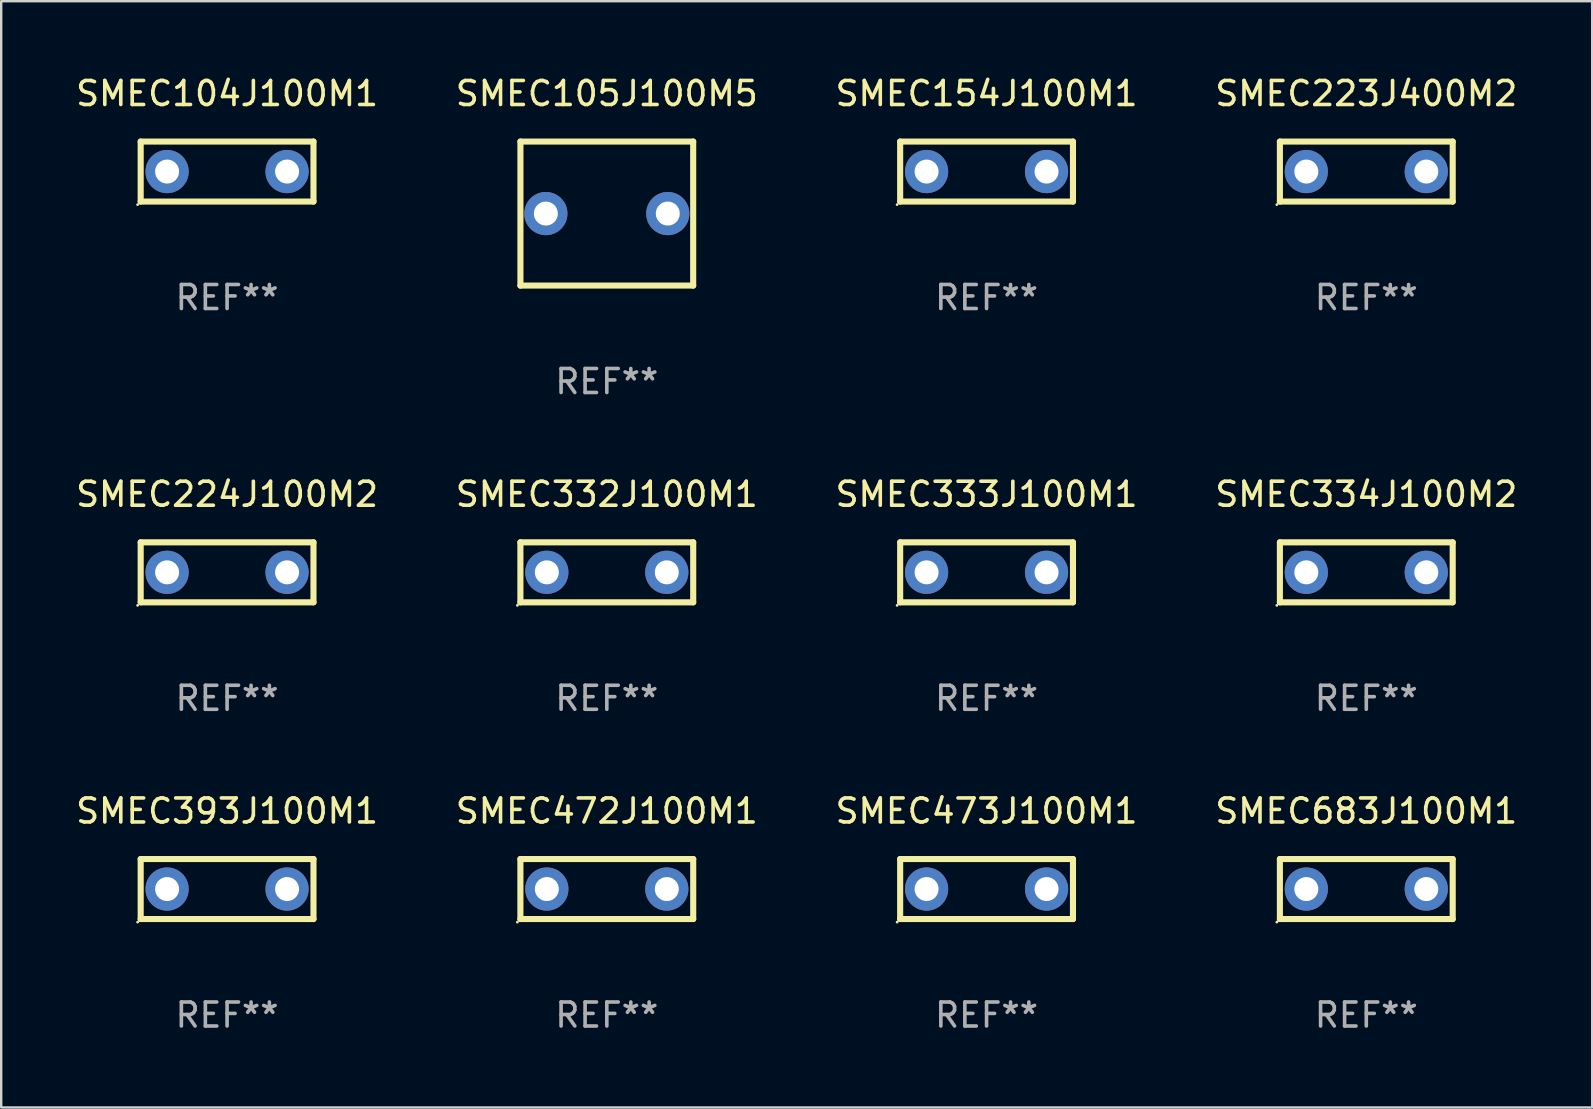
<source format=kicad_pcb>
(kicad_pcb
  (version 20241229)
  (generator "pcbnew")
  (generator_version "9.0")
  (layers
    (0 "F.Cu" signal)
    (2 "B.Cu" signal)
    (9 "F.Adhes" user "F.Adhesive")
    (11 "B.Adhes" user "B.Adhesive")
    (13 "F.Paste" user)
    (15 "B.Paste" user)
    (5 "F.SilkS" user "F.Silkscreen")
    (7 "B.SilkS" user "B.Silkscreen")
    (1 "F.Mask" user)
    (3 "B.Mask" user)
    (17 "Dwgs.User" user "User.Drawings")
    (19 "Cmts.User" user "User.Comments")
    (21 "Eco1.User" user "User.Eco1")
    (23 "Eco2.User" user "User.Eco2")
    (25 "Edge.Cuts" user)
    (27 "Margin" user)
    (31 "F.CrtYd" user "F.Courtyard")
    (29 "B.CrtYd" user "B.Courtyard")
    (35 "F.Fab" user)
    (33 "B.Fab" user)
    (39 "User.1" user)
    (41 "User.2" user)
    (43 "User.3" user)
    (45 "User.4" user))
  (footprint "SMEC472J100M1"
    (layer "F.Cu")
    (at 22.232 33.991)
    (property "Reference" "SMEC472J100M1" (at 0 -3.25 0) (layer "F.SilkS") (effects (font (size 1 1) (thickness 0.15))))
    (attr through_hole)
    (fp_line (start -3.6 -1.25) (end 3.6 -1.25) (stroke (width 0.254) (type solid)) (layer "F.SilkS"))
    (fp_line (start -3.6 1.25) (end -3.6 -1.25) (stroke (width 0.254) (type solid)) (layer "F.SilkS"))
    (fp_line (start -3.6 1.25) (end 3.6 1.25) (stroke (width 0.254) (type solid)) (layer "F.SilkS"))
    (fp_line (start 3.6 -1.25) (end 3.6 1.25) (stroke (width 0.254) (type solid)) (layer "F.SilkS"))
    (fp_circle (center -3.727 1.377) (end -3.697 1.377) (stroke (width 0.06) (type solid)) (fill no) (layer "F.SilkS"))
    (fp_text user "REF**" (at 0 5.25 0) (layer "F.Fab") (effects (font (size 1 1) (thickness 0.15))))
    (pad "1" thru_hole circle (at -2.499 -0.000013) (size 1.8 1.8) (drill 1) (layers "*.Cu" "*.Mask"))
    (pad "2" thru_hole circle (at 2.499 -0.000013) (size 1.8 1.8) (drill 1) (layers "*.Cu" "*.Mask")))
  (footprint "SMEC105J100M5"
    (layer "F.Cu")
    (at 22.232 5.848)
    (property "Reference" "SMEC105J100M5" (at 0 -5 0) (layer "F.SilkS") (effects (font (size 1 1) (thickness 0.15))))
    (attr through_hole)
    (fp_line (start -3.599 -3) (end -3.599 3) (stroke (width 0.254) (type solid)) (layer "F.SilkS"))
    (fp_line (start -3.599 -3) (end 3.599 -3) (stroke (width 0.254) (type solid)) (layer "F.SilkS"))
    (fp_line (start 3.599 3) (end -3.599 3) (stroke (width 0.254) (type solid)) (layer "F.SilkS"))
    (fp_line (start 3.599 3) (end 3.599 -3) (stroke (width 0.254) (type solid)) (layer "F.SilkS"))
    (fp_circle (center -3.6 3) (end -3.57 3) (stroke (width 0.06) (type solid)) (fill no) (layer "F.SilkS"))
    (fp_text user "REF**" (at 0 7 0) (layer "F.Fab") (effects (font (size 1 1) (thickness 0.15))))
    (pad "1" thru_hole circle (at -2.54 0) (size 1.8 1.8) (drill 1) (layers "*.Cu" "*.Mask"))
    (pad "2" thru_hole circle (at 2.54 0) (size 1.8 1.8) (drill 1) (layers "*.Cu" "*.Mask")))
  (footprint "SMEC393J100M1"
    (layer "F.Cu")
    (at 6.411 33.991)
    (property "Reference" "SMEC393J100M1" (at 0 -3.25 0) (layer "F.SilkS") (effects (font (size 1 1) (thickness 0.15))))
    (attr through_hole)
    (fp_line (start -3.6 -1.25) (end 3.6 -1.25) (stroke (width 0.254) (type solid)) (layer "F.SilkS"))
    (fp_line (start -3.6 1.25) (end -3.6 -1.25) (stroke (width 0.254) (type solid)) (layer "F.SilkS"))
    (fp_line (start -3.6 1.25) (end 3.6 1.25) (stroke (width 0.254) (type solid)) (layer "F.SilkS"))
    (fp_line (start 3.6 -1.25) (end 3.6 1.25) (stroke (width 0.254) (type solid)) (layer "F.SilkS"))
    (fp_circle (center -3.727 1.377) (end -3.697 1.377) (stroke (width 0.06) (type solid)) (fill no) (layer "F.SilkS"))
    (fp_text user "REF**" (at 0 5.25 0) (layer "F.Fab") (effects (font (size 1 1) (thickness 0.15))))
    (pad "1" thru_hole circle (at -2.499 -0.000013) (size 1.8 1.8) (drill 1) (layers "*.Cu" "*.Mask"))
    (pad "2" thru_hole circle (at 2.499 -0.000013) (size 1.8 1.8) (drill 1) (layers "*.Cu" "*.Mask")))
  (footprint "SMEC334J100M2"
    (layer "F.Cu")
    (at 53.875 20.795)
    (property "Reference" "SMEC334J100M2" (at 0 -3.25 0) (layer "F.SilkS") (effects (font (size 1 1) (thickness 0.15))))
    (attr through_hole)
    (fp_line (start -3.6 -1.25) (end 3.6 -1.25) (stroke (width 0.254) (type solid)) (layer "F.SilkS"))
    (fp_line (start -3.6 1.25) (end -3.6 -1.25) (stroke (width 0.254) (type solid)) (layer "F.SilkS"))
    (fp_line (start -3.6 1.25) (end 3.6 1.25) (stroke (width 0.254) (type solid)) (layer "F.SilkS"))
    (fp_line (start 3.6 -1.25) (end 3.6 1.25) (stroke (width 0.254) (type solid)) (layer "F.SilkS"))
    (fp_circle (center -3.727 1.377) (end -3.697 1.377) (stroke (width 0.06) (type solid)) (fill no) (layer "F.SilkS"))
    (fp_text user "REF**" (at 0 5.25 0) (layer "F.Fab") (effects (font (size 1 1) (thickness 0.15))))
    (pad "1" thru_hole circle (at -2.499 -0.000013) (size 1.8 1.8) (drill 1) (layers "*.Cu" "*.Mask"))
    (pad "2" thru_hole circle (at 2.499 -0.000013) (size 1.8 1.8) (drill 1) (layers "*.Cu" "*.Mask")))
  (footprint "SMEC104J100M1"
    (layer "F.Cu")
    (at 6.411 4.098)
    (property "Reference" "SMEC104J100M1" (at 0 -3.25 0) (layer "F.SilkS") (effects (font (size 1 1) (thickness 0.15))))
    (attr through_hole)
    (fp_line (start -3.6 -1.25) (end 3.6 -1.25) (stroke (width 0.254) (type solid)) (layer "F.SilkS"))
    (fp_line (start -3.6 1.25) (end -3.6 -1.25) (stroke (width 0.254) (type solid)) (layer "F.SilkS"))
    (fp_line (start -3.6 1.25) (end 3.6 1.25) (stroke (width 0.254) (type solid)) (layer "F.SilkS"))
    (fp_line (start 3.6 -1.25) (end 3.6 1.25) (stroke (width 0.254) (type solid)) (layer "F.SilkS"))
    (fp_circle (center -3.727 1.377) (end -3.697 1.377) (stroke (width 0.06) (type solid)) (fill no) (layer "F.SilkS"))
    (fp_text user "REF**" (at 0 5.25 0) (layer "F.Fab") (effects (font (size 1 1) (thickness 0.15))))
    (pad "1" thru_hole circle (at -2.499 -0.000013) (size 1.8 1.8) (drill 1) (layers "*.Cu" "*.Mask"))
    (pad "2" thru_hole circle (at 2.499 -0.000013) (size 1.8 1.8) (drill 1) (layers "*.Cu" "*.Mask")))
  (footprint "SMEC154J100M1"
    (layer "F.Cu")
    (at 38.054 4.098)
    (property "Reference" "SMEC154J100M1" (at 0 -3.25 0) (layer "F.SilkS") (effects (font (size 1 1) (thickness 0.15))))
    (attr through_hole)
    (fp_line (start -3.6 -1.25) (end 3.6 -1.25) (stroke (width 0.254) (type solid)) (layer "F.SilkS"))
    (fp_line (start -3.6 1.25) (end -3.6 -1.25) (stroke (width 0.254) (type solid)) (layer "F.SilkS"))
    (fp_line (start -3.6 1.25) (end 3.6 1.25) (stroke (width 0.254) (type solid)) (layer "F.SilkS"))
    (fp_line (start 3.6 -1.25) (end 3.6 1.25) (stroke (width 0.254) (type solid)) (layer "F.SilkS"))
    (fp_circle (center -3.727 1.377) (end -3.697 1.377) (stroke (width 0.06) (type solid)) (fill no) (layer "F.SilkS"))
    (fp_text user "REF**" (at 0 5.25 0) (layer "F.Fab") (effects (font (size 1 1) (thickness 0.15))))
    (pad "1" thru_hole circle (at -2.499 -0.000013) (size 1.8 1.8) (drill 1) (layers "*.Cu" "*.Mask"))
    (pad "2" thru_hole circle (at 2.499 -0.000013) (size 1.8 1.8) (drill 1) (layers "*.Cu" "*.Mask")))
  (footprint "SMEC223J400M2"
    (layer "F.Cu")
    (at 53.875 4.098)
    (property "Reference" "SMEC223J400M2" (at 0 -3.25 0) (layer "F.SilkS") (effects (font (size 1 1) (thickness 0.15))))
    (attr through_hole)
    (fp_line (start -3.6 -1.25) (end 3.6 -1.25) (stroke (width 0.254) (type solid)) (layer "F.SilkS"))
    (fp_line (start -3.6 1.25) (end -3.6 -1.25) (stroke (width 0.254) (type solid)) (layer "F.SilkS"))
    (fp_line (start -3.6 1.25) (end 3.6 1.25) (stroke (width 0.254) (type solid)) (layer "F.SilkS"))
    (fp_line (start 3.6 -1.25) (end 3.6 1.25) (stroke (width 0.254) (type solid)) (layer "F.SilkS"))
    (fp_circle (center -3.727 1.377) (end -3.697 1.377) (stroke (width 0.06) (type solid)) (fill no) (layer "F.SilkS"))
    (fp_text user "REF**" (at 0 5.25 0) (layer "F.Fab") (effects (font (size 1 1) (thickness 0.15))))
    (pad "1" thru_hole circle (at -2.499 -0.000013) (size 1.8 1.8) (drill 1) (layers "*.Cu" "*.Mask"))
    (pad "2" thru_hole circle (at 2.499 -0.000013) (size 1.8 1.8) (drill 1) (layers "*.Cu" "*.Mask")))
  (footprint "SMEC333J100M1"
    (layer "F.Cu")
    (at 38.054 20.795)
    (property "Reference" "SMEC333J100M1" (at 0 -3.25 0) (layer "F.SilkS") (effects (font (size 1 1) (thickness 0.15))))
    (attr through_hole)
    (fp_line (start -3.6 -1.25) (end 3.6 -1.25) (stroke (width 0.254) (type solid)) (layer "F.SilkS"))
    (fp_line (start -3.6 1.25) (end -3.6 -1.25) (stroke (width 0.254) (type solid)) (layer "F.SilkS"))
    (fp_line (start -3.6 1.25) (end 3.6 1.25) (stroke (width 0.254) (type solid)) (layer "F.SilkS"))
    (fp_line (start 3.6 -1.25) (end 3.6 1.25) (stroke (width 0.254) (type solid)) (layer "F.SilkS"))
    (fp_circle (center -3.727 1.377) (end -3.697 1.377) (stroke (width 0.06) (type solid)) (fill no) (layer "F.SilkS"))
    (fp_text user "REF**" (at 0 5.25 0) (layer "F.Fab") (effects (font (size 1 1) (thickness 0.15))))
    (pad "1" thru_hole circle (at -2.499 -0.000013) (size 1.8 1.8) (drill 1) (layers "*.Cu" "*.Mask"))
    (pad "2" thru_hole circle (at 2.499 -0.000013) (size 1.8 1.8) (drill 1) (layers "*.Cu" "*.Mask")))
  (footprint "SMEC332J100M1"
    (layer "F.Cu")
    (at 22.232 20.795)
    (property "Reference" "SMEC332J100M1" (at 0 -3.25 0) (layer "F.SilkS") (effects (font (size 1 1) (thickness 0.15))))
    (attr through_hole)
    (fp_line (start -3.6 -1.25) (end 3.6 -1.25) (stroke (width 0.254) (type solid)) (layer "F.SilkS"))
    (fp_line (start -3.6 1.25) (end -3.6 -1.25) (stroke (width 0.254) (type solid)) (layer "F.SilkS"))
    (fp_line (start -3.6 1.25) (end 3.6 1.25) (stroke (width 0.254) (type solid)) (layer "F.SilkS"))
    (fp_line (start 3.6 -1.25) (end 3.6 1.25) (stroke (width 0.254) (type solid)) (layer "F.SilkS"))
    (fp_circle (center -3.727 1.377) (end -3.697 1.377) (stroke (width 0.06) (type solid)) (fill no) (layer "F.SilkS"))
    (fp_text user "REF**" (at 0 5.25 0) (layer "F.Fab") (effects (font (size 1 1) (thickness 0.15))))
    (pad "1" thru_hole circle (at -2.499 -0.000013) (size 1.8 1.8) (drill 1) (layers "*.Cu" "*.Mask"))
    (pad "2" thru_hole circle (at 2.499 -0.000013) (size 1.8 1.8) (drill 1) (layers "*.Cu" "*.Mask")))
  (footprint "SMEC473J100M1"
    (layer "F.Cu")
    (at 38.054 33.991)
    (property "Reference" "SMEC473J100M1" (at 0 -3.25 0) (layer "F.SilkS") (effects (font (size 1 1) (thickness 0.15))))
    (attr through_hole)
    (fp_line (start -3.6 -1.25) (end 3.6 -1.25) (stroke (width 0.254) (type solid)) (layer "F.SilkS"))
    (fp_line (start -3.6 1.25) (end -3.6 -1.25) (stroke (width 0.254) (type solid)) (layer "F.SilkS"))
    (fp_line (start -3.6 1.25) (end 3.6 1.25) (stroke (width 0.254) (type solid)) (layer "F.SilkS"))
    (fp_line (start 3.6 -1.25) (end 3.6 1.25) (stroke (width 0.254) (type solid)) (layer "F.SilkS"))
    (fp_circle (center -3.727 1.377) (end -3.697 1.377) (stroke (width 0.06) (type solid)) (fill no) (layer "F.SilkS"))
    (fp_text user "REF**" (at 0 5.25 0) (layer "F.Fab") (effects (font (size 1 1) (thickness 0.15))))
    (pad "1" thru_hole circle (at -2.499 -0.000013) (size 1.8 1.8) (drill 1) (layers "*.Cu" "*.Mask"))
    (pad "2" thru_hole circle (at 2.499 -0.000013) (size 1.8 1.8) (drill 1) (layers "*.Cu" "*.Mask")))
  (footprint "SMEC683J100M1"
    (layer "F.Cu")
    (at 53.875 33.991)
    (property "Reference" "SMEC683J100M1" (at 0 -3.25 0) (layer "F.SilkS") (effects (font (size 1 1) (thickness 0.15))))
    (attr through_hole)
    (fp_line (start -3.6 -1.25) (end 3.6 -1.25) (stroke (width 0.254) (type solid)) (layer "F.SilkS"))
    (fp_line (start -3.6 1.25) (end -3.6 -1.25) (stroke (width 0.254) (type solid)) (layer "F.SilkS"))
    (fp_line (start -3.6 1.25) (end 3.6 1.25) (stroke (width 0.254) (type solid)) (layer "F.SilkS"))
    (fp_line (start 3.6 -1.25) (end 3.6 1.25) (stroke (width 0.254) (type solid)) (layer "F.SilkS"))
    (fp_circle (center -3.727 1.377) (end -3.697 1.377) (stroke (width 0.06) (type solid)) (fill no) (layer "F.SilkS"))
    (fp_text user "REF**" (at 0 5.25 0) (layer "F.Fab") (effects (font (size 1 1) (thickness 0.15))))
    (pad "1" thru_hole circle (at -2.499 -0.000013) (size 1.8 1.8) (drill 1) (layers "*.Cu" "*.Mask"))
    (pad "2" thru_hole circle (at 2.499 -0.000013) (size 1.8 1.8) (drill 1) (layers "*.Cu" "*.Mask")))
  (footprint "SMEC224J100M2"
    (layer "F.Cu")
    (at 6.411 20.795)
    (property "Reference" "SMEC224J100M2" (at 0 -3.25 0) (layer "F.SilkS") (effects (font (size 1 1) (thickness 0.15))))
    (attr through_hole)
    (fp_line (start -3.6 -1.25) (end 3.6 -1.25) (stroke (width 0.254) (type solid)) (layer "F.SilkS"))
    (fp_line (start -3.6 1.25) (end -3.6 -1.25) (stroke (width 0.254) (type solid)) (layer "F.SilkS"))
    (fp_line (start -3.6 1.25) (end 3.6 1.25) (stroke (width 0.254) (type solid)) (layer "F.SilkS"))
    (fp_line (start 3.6 -1.25) (end 3.6 1.25) (stroke (width 0.254) (type solid)) (layer "F.SilkS"))
    (fp_circle (center -3.727 1.377) (end -3.697 1.377) (stroke (width 0.06) (type solid)) (fill no) (layer "F.SilkS"))
    (fp_text user "REF**" (at 0 5.25 0) (layer "F.Fab") (effects (font (size 1 1) (thickness 0.15))))
    (pad "1" thru_hole circle (at -2.499 -0.000013) (size 1.8 1.8) (drill 1) (layers "*.Cu" "*.Mask"))
    (pad "2" thru_hole circle (at 2.499 -0.000013) (size 1.8 1.8) (drill 1) (layers "*.Cu" "*.Mask")))
  (gr_rect
    (start -3 -3)
    (end 63.286 43.09)
    (stroke (width 0.1) (type default))
    (fill no)
    (layer "Edge.Cuts")))
</source>
